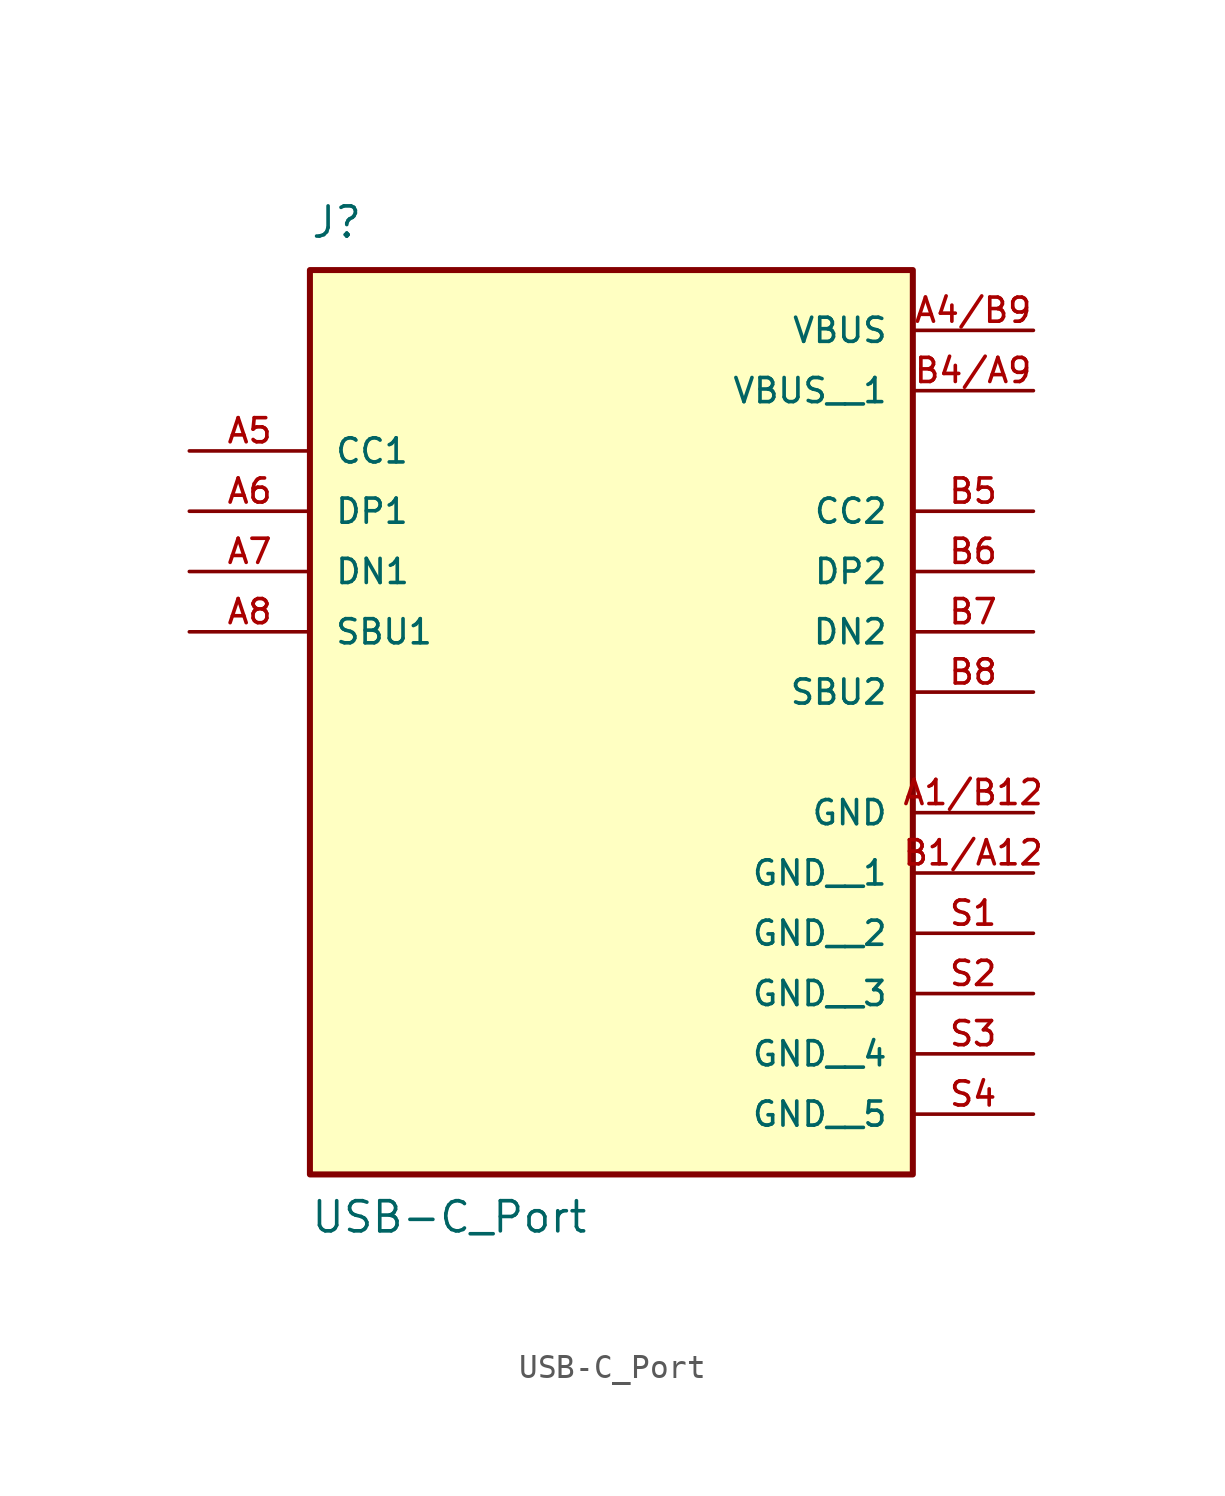
<source format=kicad_sym>
(kicad_symbol_lib
  (version 20231120)
  (generator "kicad_symbol_editor")
  (generator_version "8.0")
  (symbol "USB-C_Port"
    (pin_names
      (offset 1.016))
    (property "Reference" "J"
      (at -12.7 11.43 0)
      (effects (font (size 1.27 1.27)) (justify left bottom)))
    (property "Value" "USB-C_Port"
      (at -12.7 -30.48 0)
      (effects (font (size 1.27 1.27)) (justify left bottom)))
    (symbol "USB-C_Port_0_0"
      (rectangle (start -12.7 -27.94) (end 12.7 10.16) (stroke (width 0.254) (type default)) (fill (type background)))
      (pin power_in line (at 17.78 -12.7 180) (length 5.08) (name "GND" (effects (font (size 1.016 1.016)))) (number "A1/B12" (effects (font (size 1.016 1.016)))))
      (pin power_in line (at 17.78 7.62 180) (length 5.08) (name "VBUS" (effects (font (size 1.016 1.016)))) (number "A4/B9" (effects (font (size 1.016 1.016)))))
      (pin bidirectional line (at -17.78 2.54 0) (length 5.08) (name "CC1" (effects (font (size 1.016 1.016)))) (number "A5" (effects (font (size 1.016 1.016)))))
      (pin bidirectional line (at -17.78 0 0) (length 5.08) (name "DP1" (effects (font (size 1.016 1.016)))) (number "A6" (effects (font (size 1.016 1.016)))))
      (pin bidirectional line (at -17.78 -2.54 0) (length 5.08) (name "DN1" (effects (font (size 1.016 1.016)))) (number "A7" (effects (font (size 1.016 1.016)))))
      (pin bidirectional line (at -17.78 -5.08 0) (length 5.08) (name "SBU1" (effects (font (size 1.016 1.016)))) (number "A8" (effects (font (size 1.016 1.016)))))
      (pin power_in line (at 17.78 -15.24 180) (length 5.08) (name "GND__1" (effects (font (size 1.016 1.016)))) (number "B1/A12" (effects (font (size 1.016 1.016)))))
      (pin power_in line (at 17.78 5.08 180) (length 5.08) (name "VBUS__1" (effects (font (size 1.016 1.016)))) (number "B4/A9" (effects (font (size 1.016 1.016)))))
      (pin bidirectional line (at 17.78 0 180) (length 5.08) (name "CC2" (effects (font (size 1.016 1.016)))) (number "B5" (effects (font (size 1.016 1.016)))))
      (pin bidirectional line (at 17.78 -2.54 180) (length 5.08) (name "DP2" (effects (font (size 1.016 1.016)))) (number "B6" (effects (font (size 1.016 1.016)))))
      (pin bidirectional line (at 17.78 -5.08 180) (length 5.08) (name "DN2" (effects (font (size 1.016 1.016)))) (number "B7" (effects (font (size 1.016 1.016)))))
      (pin bidirectional line (at 17.78 -7.62 180) (length 5.08) (name "SBU2" (effects (font (size 1.016 1.016)))) (number "B8" (effects (font (size 1.016 1.016)))))
      (pin power_in line (at 17.78 -17.78 180) (length 5.08) (name "GND__2" (effects (font (size 1.016 1.016)))) (number "S1" (effects (font (size 1.016 1.016)))))
      (pin power_in line (at 17.78 -20.32 180) (length 5.08) (name "GND__3" (effects (font (size 1.016 1.016)))) (number "S2" (effects (font (size 1.016 1.016)))))
      (pin power_in line (at 17.78 -22.86 180) (length 5.08) (name "GND__4" (effects (font (size 1.016 1.016)))) (number "S3" (effects (font (size 1.016 1.016)))))
      (pin power_in line (at 17.78 -25.4 180) (length 5.08) (name "GND__5" (effects (font (size 1.016 1.016)))) (number "S4" (effects (font (size 1.016 1.016))))))))
</source>
